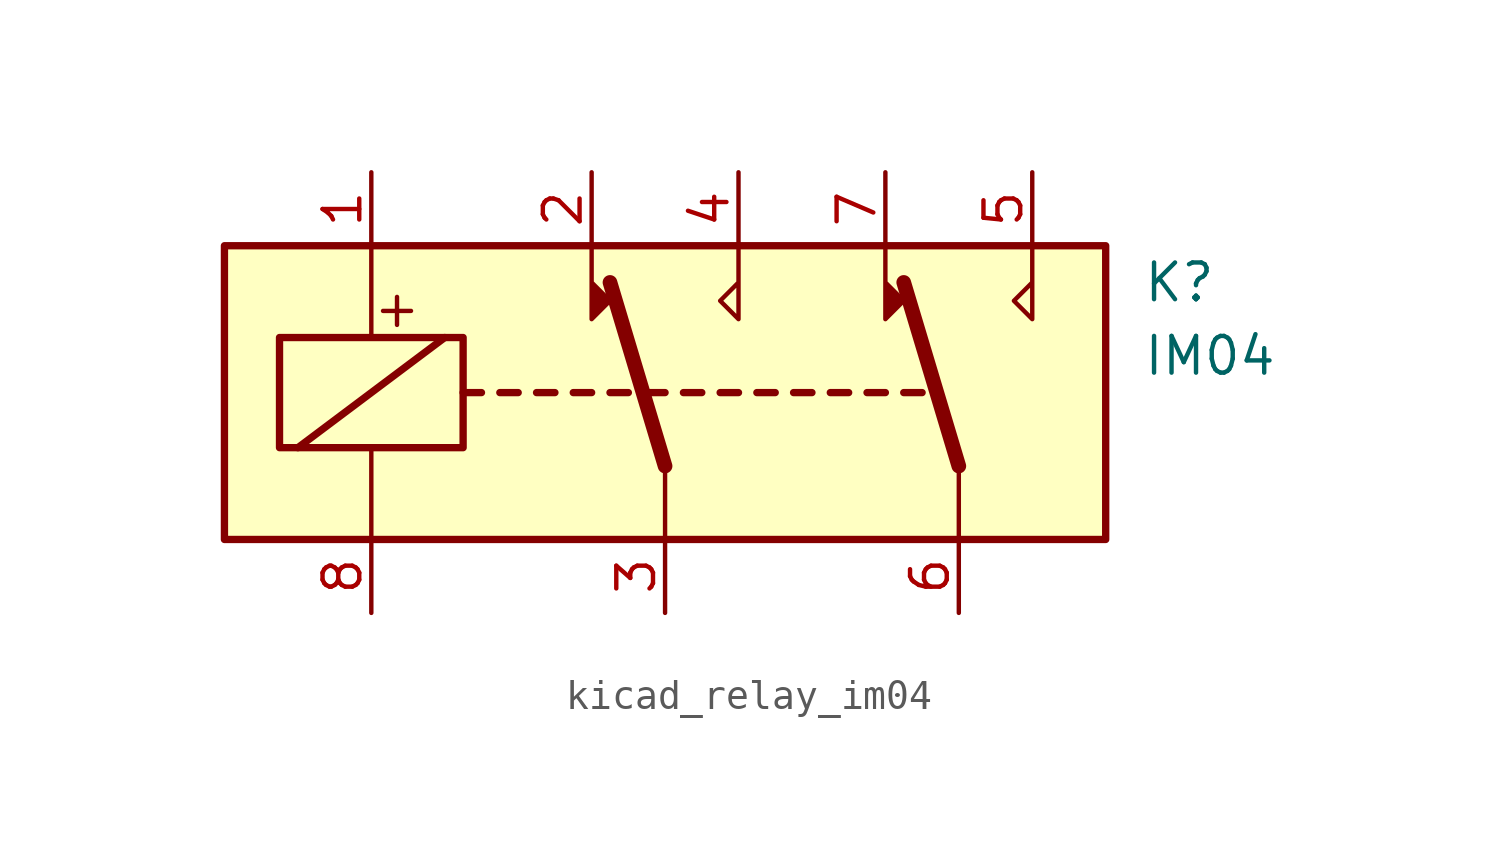
<source format=kicad_sym>
(kicad_symbol_lib
  (version 20220914)
  (generator kicad_symbol_editor)
  (symbol "kicad_relay_im04"
    (property "Reference" "K"
      (at 16.51 3.81 0)
      (effects (font (size 1.27 1.27)) (justify left)))
    (property "Value" "IM04"
      (at 16.51 1.27 0)
      (effects (font (size 1.27 1.27)) (justify left)))
    (symbol "kicad_relay_im04_0_0"
      (text "+" (at -9.271 2.921 0) (effects (font (size 1.27 1.27)))))
    (symbol "kicad_relay_im04_0_1"
      (rectangle (start -15.24 5.08) (end 15.24 -5.08) (stroke (width 0.254) (type default)) (fill (type background)))
      (rectangle (start -13.335 1.905) (end -6.985 -1.905) (stroke (width 0.254) (type default)) (fill (type none)))
      (polyline (pts (xy -12.7 -1.905) (xy -7.62 1.905)) (stroke (width 0.254) (type default)) (fill (type none)))
      (polyline (pts (xy -10.16 -5.08) (xy -10.16 -1.905)) (stroke (width 0) (type default)) (fill (type none)))
      (polyline (pts (xy -10.16 5.08) (xy -10.16 1.905)) (stroke (width 0) (type default)) (fill (type none)))
      (polyline (pts (xy -6.985 0) (xy -6.35 0)) (stroke (width 0.254) (type default)) (fill (type none)))
      (polyline (pts (xy -5.715 0) (xy -5.08 0)) (stroke (width 0.254) (type default)) (fill (type none)))
      (polyline (pts (xy -4.445 0) (xy -3.81 0)) (stroke (width 0.254) (type default)) (fill (type none)))
      (polyline (pts (xy -3.175 0) (xy -2.54 0)) (stroke (width 0.254) (type default)) (fill (type none)))
      (polyline (pts (xy -1.905 0) (xy -1.27 0)) (stroke (width 0.254) (type default)) (fill (type none)))
      (polyline (pts (xy -0.635 0) (xy 0 0)) (stroke (width 0.254) (type default)) (fill (type none)))
      (polyline (pts (xy 0 -2.54) (xy -1.905 3.81)) (stroke (width 0.508) (type default)) (fill (type none)))
      (polyline (pts (xy 0 -2.54) (xy 0 -5.08)) (stroke (width 0) (type default)) (fill (type none)))
      (polyline (pts (xy 0.635 0) (xy 1.27 0)) (stroke (width 0.254) (type default)) (fill (type none)))
      (polyline (pts (xy 1.905 0) (xy 2.54 0)) (stroke (width 0.254) (type default)) (fill (type none)))
      (polyline (pts (xy 3.175 0) (xy 3.81 0)) (stroke (width 0.254) (type default)) (fill (type none)))
      (polyline (pts (xy 4.445 0) (xy 5.08 0)) (stroke (width 0.254) (type default)) (fill (type none)))
      (polyline (pts (xy 5.715 0) (xy 6.35 0)) (stroke (width 0.254) (type default)) (fill (type none)))
      (polyline (pts (xy 6.985 0) (xy 7.62 0)) (stroke (width 0.254) (type default)) (fill (type none)))
      (polyline (pts (xy 8.255 0) (xy 8.89 0)) (stroke (width 0.254) (type default)) (fill (type none)))
      (polyline (pts (xy 10.16 -2.54) (xy 8.255 3.81)) (stroke (width 0.508) (type default)) (fill (type none)))
      (polyline (pts (xy 10.16 -2.54) (xy 10.16 -5.08)) (stroke (width 0) (type default)) (fill (type none)))
      (polyline (pts (xy -2.54 5.08) (xy -2.54 2.54) (xy -1.905 3.175) (xy -2.54 3.81)) (stroke (width 0) (type default)) (fill (type outline)))
      (polyline (pts (xy 2.54 5.08) (xy 2.54 2.54) (xy 1.905 3.175) (xy 2.54 3.81)) (stroke (width 0) (type default)) (fill (type none)))
      (polyline (pts (xy 7.62 5.08) (xy 7.62 2.54) (xy 8.255 3.175) (xy 7.62 3.81)) (stroke (width 0) (type default)) (fill (type outline)))
      (polyline (pts (xy 12.7 5.08) (xy 12.7 2.54) (xy 12.065 3.175) (xy 12.7 3.81)) (stroke (width 0) (type default)) (fill (type none))))
    (symbol "kicad_relay_im04_1_1"
      (pin passive line (at -10.16 7.62 270) (length 2.54) (name "~" (effects (font (size 1.27 1.27)))) (number "1" (effects (font (size 1.27 1.27)))))
      (pin passive line (at -2.54 7.62 270) (length 2.54) (name "~" (effects (font (size 1.27 1.27)))) (number "2" (effects (font (size 1.27 1.27)))))
      (pin passive line (at 0 -7.62 90) (length 2.54) (name "~" (effects (font (size 1.27 1.27)))) (number "3" (effects (font (size 1.27 1.27)))))
      (pin passive line (at 2.54 7.62 270) (length 2.54) (name "~" (effects (font (size 1.27 1.27)))) (number "4" (effects (font (size 1.27 1.27)))))
      (pin passive line (at 12.7 7.62 270) (length 2.54) (name "~" (effects (font (size 1.27 1.27)))) (number "5" (effects (font (size 1.27 1.27)))))
      (pin passive line (at 10.16 -7.62 90) (length 2.54) (name "~" (effects (font (size 1.27 1.27)))) (number "6" (effects (font (size 1.27 1.27)))))
      (pin passive line (at 7.62 7.62 270) (length 2.54) (name "~" (effects (font (size 1.27 1.27)))) (number "7" (effects (font (size 1.27 1.27)))))
      (pin passive line (at -10.16 -7.62 90) (length 2.54) (name "~" (effects (font (size 1.27 1.27)))) (number "8" (effects (font (size 1.27 1.27))))))))
</source>
